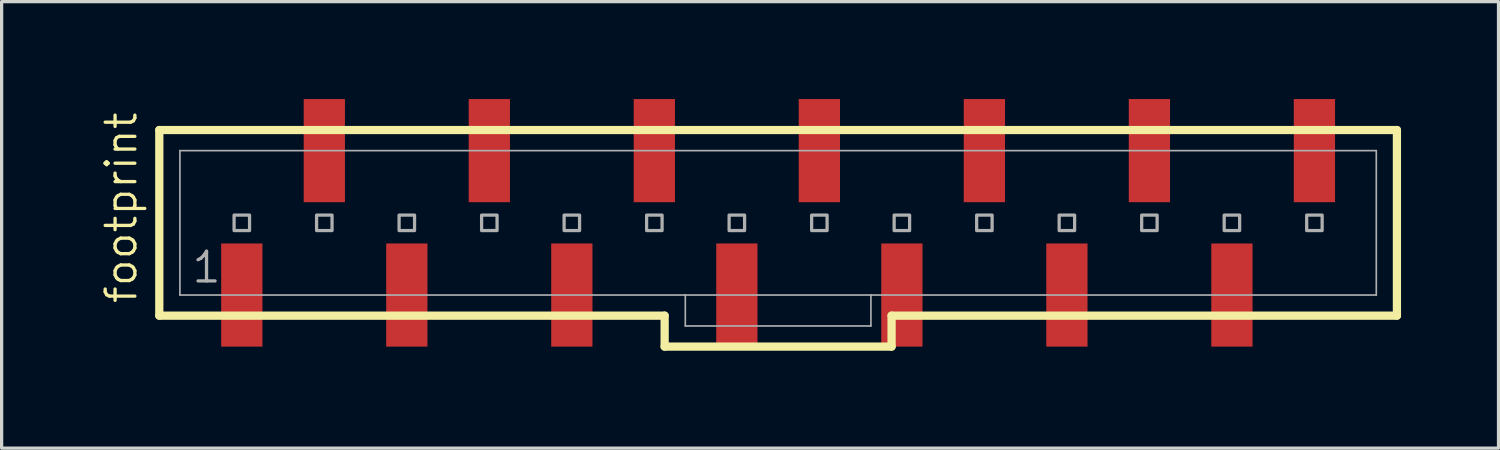
<source format=kicad_pcb>
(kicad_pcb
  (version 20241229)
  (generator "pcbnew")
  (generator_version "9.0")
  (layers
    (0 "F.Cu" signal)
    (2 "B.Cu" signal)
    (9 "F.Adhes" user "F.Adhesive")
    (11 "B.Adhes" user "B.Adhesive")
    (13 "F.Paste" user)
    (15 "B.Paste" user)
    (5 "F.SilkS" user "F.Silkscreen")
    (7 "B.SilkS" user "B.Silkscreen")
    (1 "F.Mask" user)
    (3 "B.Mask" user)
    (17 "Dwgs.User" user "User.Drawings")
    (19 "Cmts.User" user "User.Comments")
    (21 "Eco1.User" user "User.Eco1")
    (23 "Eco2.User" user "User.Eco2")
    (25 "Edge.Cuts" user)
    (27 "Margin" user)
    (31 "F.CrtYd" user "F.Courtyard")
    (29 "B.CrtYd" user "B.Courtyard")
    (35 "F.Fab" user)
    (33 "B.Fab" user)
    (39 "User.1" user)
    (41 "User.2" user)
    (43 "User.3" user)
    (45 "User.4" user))
  (footprint "footprint"
    (layer "F.Cu")
    (at 20.904 3.81)
    (property "Reference" "footprint" (at -19.685 2.54 90) (layer "F.SilkS") (effects (font (size 0.914 0.914) (thickness 0.102)) (justify left bottom)))
    (fp_line (start -19.05 -2.857) (end -19.05 2.857) (stroke (width 0.254) (type solid)) (layer "F.SilkS"))
    (fp_line (start -19.05 2.857) (end -3.493 2.857) (stroke (width 0.254) (type solid)) (layer "F.SilkS"))
    (fp_line (start -3.493 2.857) (end -3.493 3.81) (stroke (width 0.254) (type solid)) (layer "F.SilkS"))
    (fp_line (start -3.493 3.81) (end 3.493 3.81) (stroke (width 0.254) (type solid)) (layer "F.SilkS"))
    (fp_line (start 3.493 2.857) (end 19.05 2.857) (stroke (width 0.254) (type solid)) (layer "F.SilkS"))
    (fp_line (start 3.493 3.81) (end 3.493 2.857) (stroke (width 0.254) (type solid)) (layer "F.SilkS"))
    (fp_line (start 19.05 -2.857) (end -19.05 -2.857) (stroke (width 0.254) (type solid)) (layer "F.SilkS"))
    (fp_line (start 19.05 2.857) (end 19.05 -2.857) (stroke (width 0.254) (type solid)) (layer "F.SilkS"))
    (fp_line (start -18.415 -2.223) (end -18.415 2.223) (stroke (width 0.051) (type solid)) (layer "F.Fab"))
    (fp_line (start -18.415 -2.223) (end 18.415 -2.223) (stroke (width 0.051) (type solid)) (layer "F.Fab"))
    (fp_line (start -18.415 2.223) (end -2.857 2.223) (stroke (width 0.051) (type solid)) (layer "F.Fab"))
    (fp_line (start -2.857 2.223) (end -2.857 3.175) (stroke (width 0.051) (type solid)) (layer "F.Fab"))
    (fp_line (start -2.857 2.223) (end 2.857 2.223) (stroke (width 0.051) (type solid)) (layer "F.Fab"))
    (fp_line (start 2.857 2.223) (end 2.857 3.175) (stroke (width 0.051) (type solid)) (layer "F.Fab"))
    (fp_line (start 2.857 2.223) (end 18.415 2.223) (stroke (width 0.051) (type solid)) (layer "F.Fab"))
    (fp_line (start 2.857 3.175) (end -2.857 3.175) (stroke (width 0.051) (type solid)) (layer "F.Fab"))
    (fp_line (start 18.415 -2.223) (end 18.415 2.223) (stroke (width 0.051) (type solid)) (layer "F.Fab"))
    (fp_poly (pts (xy -16.748 0.238) (xy -16.272 0.238) (xy -16.272 -0.238) (xy -16.748 -0.238)) (stroke (width 0.1) (type solid)) (fill no) (layer "F.Fab"))
    (fp_poly (pts (xy -14.208 0.238) (xy -13.732 0.238) (xy -13.732 -0.238) (xy -14.208 -0.238)) (stroke (width 0.1) (type solid)) (fill no) (layer "F.Fab"))
    (fp_poly (pts (xy -11.668 0.238) (xy -11.192 0.238) (xy -11.192 -0.238) (xy -11.668 -0.238)) (stroke (width 0.1) (type solid)) (fill no) (layer "F.Fab"))
    (fp_poly (pts (xy -9.128 0.238) (xy -8.652 0.238) (xy -8.652 -0.238) (xy -9.128 -0.238)) (stroke (width 0.1) (type solid)) (fill no) (layer "F.Fab"))
    (fp_poly (pts (xy -6.588 0.238) (xy -6.112 0.238) (xy -6.112 -0.238) (xy -6.588 -0.238)) (stroke (width 0.1) (type solid)) (fill no) (layer "F.Fab"))
    (fp_poly (pts (xy -4.048 0.238) (xy -3.572 0.238) (xy -3.572 -0.238) (xy -4.048 -0.238)) (stroke (width 0.1) (type solid)) (fill no) (layer "F.Fab"))
    (fp_poly (pts (xy -1.508 0.238) (xy -1.032 0.238) (xy -1.032 -0.238) (xy -1.508 -0.238)) (stroke (width 0.1) (type solid)) (fill no) (layer "F.Fab"))
    (fp_poly (pts (xy 1.032 0.238) (xy 1.508 0.238) (xy 1.508 -0.238) (xy 1.032 -0.238)) (stroke (width 0.1) (type solid)) (fill no) (layer "F.Fab"))
    (fp_poly (pts (xy 3.572 0.238) (xy 4.048 0.238) (xy 4.048 -0.238) (xy 3.572 -0.238)) (stroke (width 0.1) (type solid)) (fill no) (layer "F.Fab"))
    (fp_poly (pts (xy 6.112 0.238) (xy 6.588 0.238) (xy 6.588 -0.238) (xy 6.112 -0.238)) (stroke (width 0.1) (type solid)) (fill no) (layer "F.Fab"))
    (fp_poly (pts (xy 8.652 0.238) (xy 9.128 0.238) (xy 9.128 -0.238) (xy 8.652 -0.238)) (stroke (width 0.1) (type solid)) (fill no) (layer "F.Fab"))
    (fp_poly (pts (xy 11.192 0.238) (xy 11.668 0.238) (xy 11.668 -0.238) (xy 11.192 -0.238)) (stroke (width 0.1) (type solid)) (fill no) (layer "F.Fab"))
    (fp_poly (pts (xy 13.732 0.238) (xy 14.208 0.238) (xy 14.208 -0.238) (xy 13.732 -0.238)) (stroke (width 0.1) (type solid)) (fill no) (layer "F.Fab"))
    (fp_poly (pts (xy 16.272 0.238) (xy 16.748 0.238) (xy 16.748 -0.238) (xy 16.272 -0.238)) (stroke (width 0.1) (type solid)) (fill no) (layer "F.Fab"))
    (fp_text user "1" (at -18.098 1.905 0) (layer "F.Fab") (effects (font (size 0.914 0.914) (thickness 0.102)) (justify left bottom)))
    (pad "1" smd rect (at -16.51 2.223 270) (size 3.175 1.27) (layers "F.Cu" "F.Mask" "F.Paste"))
    (pad "2" smd rect (at -13.97 -2.223 270) (size 3.175 1.27) (layers "F.Cu" "F.Mask" "F.Paste"))
    (pad "3" smd rect (at -11.43 2.223 270) (size 3.175 1.27) (layers "F.Cu" "F.Mask" "F.Paste"))
    (pad "4" smd rect (at -8.89 -2.223 270) (size 3.175 1.27) (layers "F.Cu" "F.Mask" "F.Paste"))
    (pad "5" smd rect (at -6.35 2.223 270) (size 3.175 1.27) (layers "F.Cu" "F.Mask" "F.Paste"))
    (pad "6" smd rect (at -3.81 -2.223 270) (size 3.175 1.27) (layers "F.Cu" "F.Mask" "F.Paste"))
    (pad "7" smd rect (at -1.27 2.223 270) (size 3.175 1.27) (layers "F.Cu" "F.Mask" "F.Paste"))
    (pad "8" smd rect (at 1.27 -2.223 270) (size 3.175 1.27) (layers "F.Cu" "F.Mask" "F.Paste"))
    (pad "9" smd rect (at 3.81 2.223 270) (size 3.175 1.27) (layers "F.Cu" "F.Mask" "F.Paste"))
    (pad "10" smd rect (at 6.35 -2.223 270) (size 3.175 1.27) (layers "F.Cu" "F.Mask" "F.Paste"))
    (pad "11" smd rect (at 8.89 2.223 270) (size 3.175 1.27) (layers "F.Cu" "F.Mask" "F.Paste"))
    (pad "12" smd rect (at 11.43 -2.223 270) (size 3.175 1.27) (layers "F.Cu" "F.Mask" "F.Paste"))
    (pad "13" smd rect (at 13.97 2.223 270) (size 3.175 1.27) (layers "F.Cu" "F.Mask" "F.Paste"))
    (pad "14" smd rect (at 16.51 -2.223 270) (size 3.175 1.27) (layers "F.Cu" "F.Mask" "F.Paste")))
  (gr_rect
    (start -3 -3)
    (end 43.081 10.747)
    (stroke (width 0.1) (type default))
    (fill no)
    (layer "Edge.Cuts")))
</source>
